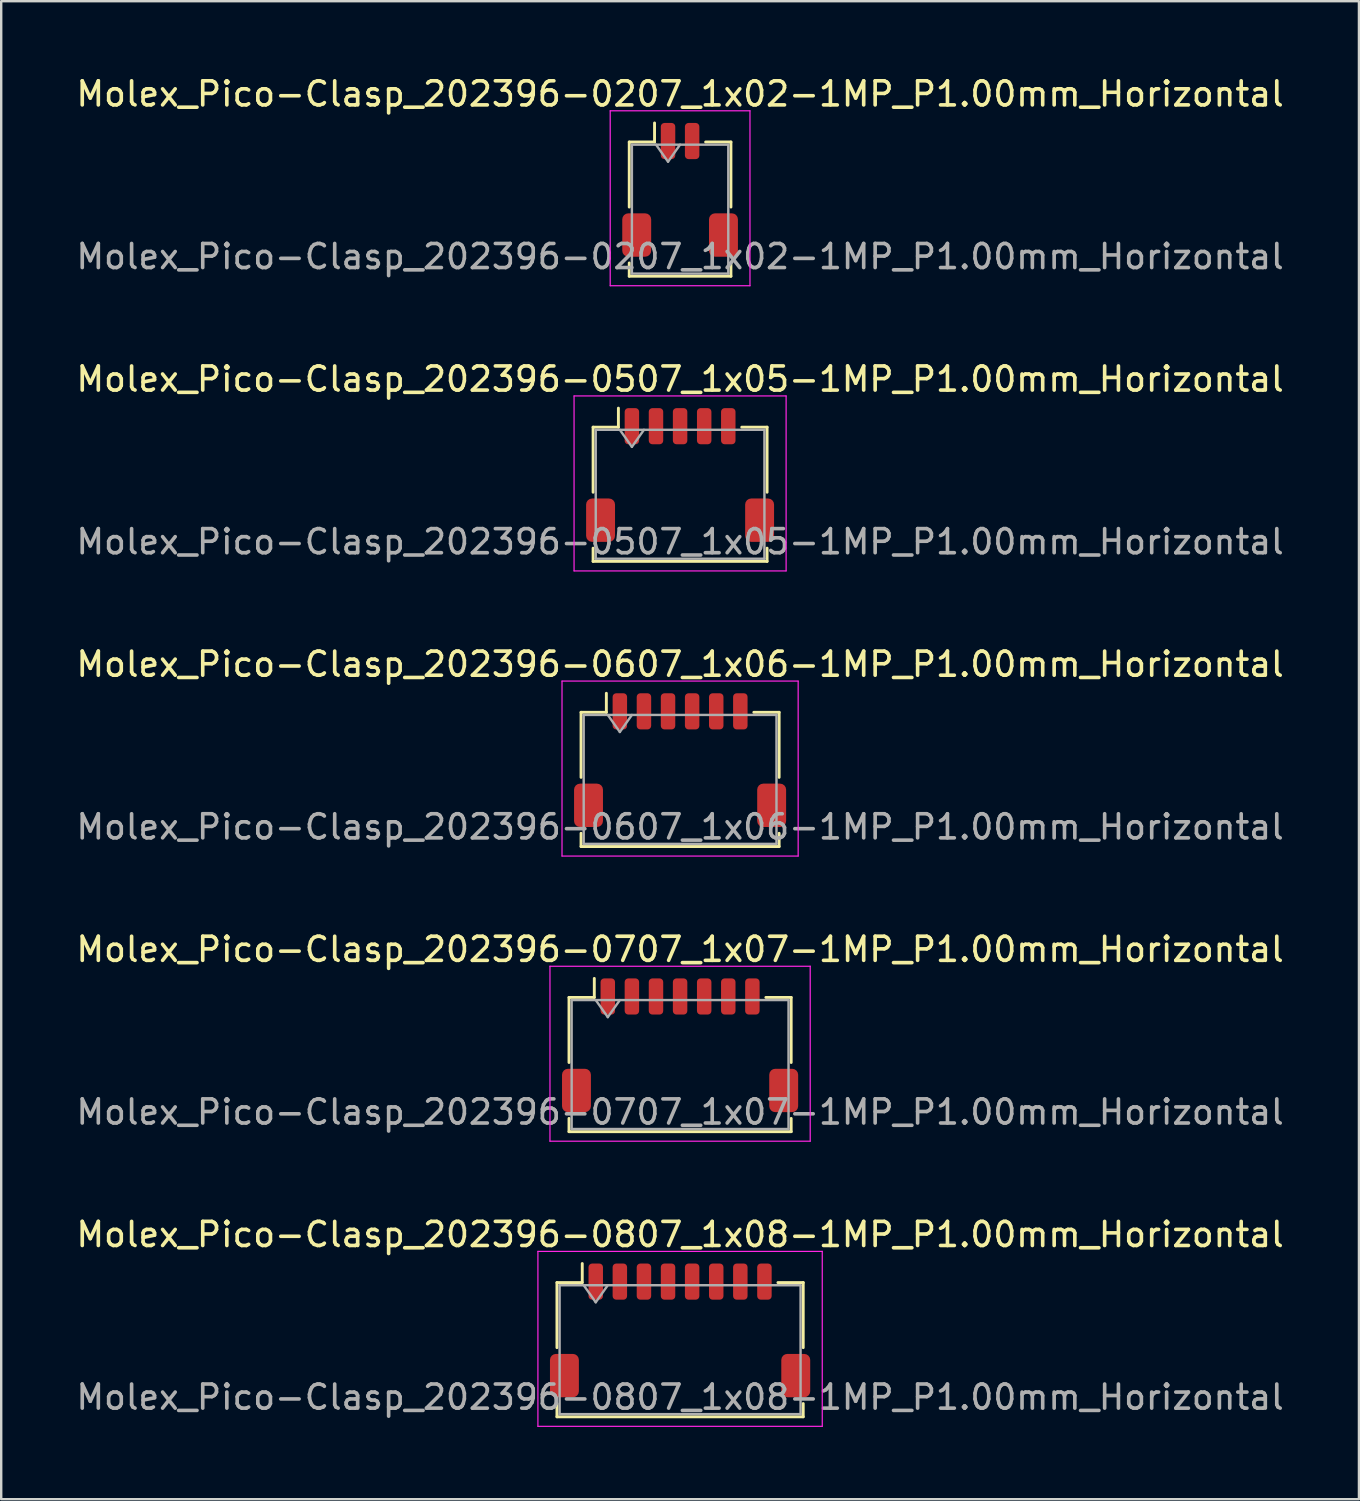
<source format=kicad_pcb>
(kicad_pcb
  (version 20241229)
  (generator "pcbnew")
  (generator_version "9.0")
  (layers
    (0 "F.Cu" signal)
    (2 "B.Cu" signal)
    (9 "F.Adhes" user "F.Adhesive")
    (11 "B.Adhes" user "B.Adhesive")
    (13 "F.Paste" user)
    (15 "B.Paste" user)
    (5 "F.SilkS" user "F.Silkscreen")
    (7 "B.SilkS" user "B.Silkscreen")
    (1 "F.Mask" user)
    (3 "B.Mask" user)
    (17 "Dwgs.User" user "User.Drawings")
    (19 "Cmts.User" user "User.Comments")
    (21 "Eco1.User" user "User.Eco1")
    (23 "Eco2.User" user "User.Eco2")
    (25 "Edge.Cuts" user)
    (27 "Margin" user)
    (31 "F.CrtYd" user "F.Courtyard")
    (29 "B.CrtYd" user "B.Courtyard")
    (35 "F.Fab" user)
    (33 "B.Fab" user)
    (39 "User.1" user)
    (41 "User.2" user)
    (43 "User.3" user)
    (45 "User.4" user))
  (footprint "Molex_Pico-Clasp_202396-0707_1x07-1MP_P1.00mm_Horizontal"
    (layer "F.Cu")
    (at 25.173 40.328)
    (property "Reference" "Molex_Pico-Clasp_202396-0707_1x07-1MP_P1.00mm_Horizontal" (at 0 -3.98 0) (layer "F.SilkS") (effects (font (size 1 1) (thickness 0.15))))
    (attr smd)
    (fp_line (start -4.61 -1.985) (end -3.56 -1.985) (stroke (width 0.12) (type solid)) (layer "F.SilkS"))
    (fp_line (start -4.61 0.715) (end -4.61 -1.985) (stroke (width 0.12) (type solid)) (layer "F.SilkS"))
    (fp_line (start -4.61 3.035) (end -4.61 3.585) (stroke (width 0.12) (type solid)) (layer "F.SilkS"))
    (fp_line (start -4.61 3.585) (end 4.61 3.585) (stroke (width 0.12) (type solid)) (layer "F.SilkS"))
    (fp_line (start -3.56 -1.985) (end -3.56 -2.775) (stroke (width 0.12) (type solid)) (layer "F.SilkS"))
    (fp_line (start 4.61 -1.985) (end 3.56 -1.985) (stroke (width 0.12) (type solid)) (layer "F.SilkS"))
    (fp_line (start 4.61 0.715) (end 4.61 -1.985) (stroke (width 0.12) (type solid)) (layer "F.SilkS"))
    (fp_line (start 4.61 3.585) (end 4.61 3.035) (stroke (width 0.12) (type solid)) (layer "F.SilkS"))
    (fp_line (start -5.4 -3.28) (end -5.4 3.98) (stroke (width 0.05) (type solid)) (layer "F.CrtYd"))
    (fp_line (start -5.4 3.98) (end 5.4 3.98) (stroke (width 0.05) (type solid)) (layer "F.CrtYd"))
    (fp_line (start 5.4 -3.28) (end -5.4 -3.28) (stroke (width 0.05) (type solid)) (layer "F.CrtYd"))
    (fp_line (start 5.4 3.98) (end 5.4 -3.28) (stroke (width 0.05) (type solid)) (layer "F.CrtYd"))
    (fp_line (start -4.5 -1.875) (end -4.5 3.475) (stroke (width 0.1) (type solid)) (layer "F.Fab"))
    (fp_line (start -4.5 -1.875) (end 4.5 -1.875) (stroke (width 0.1) (type solid)) (layer "F.Fab"))
    (fp_line (start -4.5 3.475) (end 4.5 3.475) (stroke (width 0.1) (type solid)) (layer "F.Fab"))
    (fp_line (start -3.5 -1.875) (end -3 -1.168) (stroke (width 0.1) (type solid)) (layer "F.Fab"))
    (fp_line (start -3 -1.168) (end -2.5 -1.875) (stroke (width 0.1) (type solid)) (layer "F.Fab"))
    (fp_line (start 4.5 -1.875) (end 4.5 3.475) (stroke (width 0.1) (type solid)) (layer "F.Fab"))
    (fp_text user "${REFERENCE}" (at 0 2.77 0) (layer "F.Fab") (effects (font (size 1 1) (thickness 0.15))))
    (pad "1" smd roundrect (at -3 -2.025) (size 0.6 1.5) (layers "F.Cu" "F.Mask" "F.Paste") (roundrect_rratio 0.25))
    (pad "2" smd roundrect (at -2 -2.025) (size 0.6 1.5) (layers "F.Cu" "F.Mask" "F.Paste") (roundrect_rratio 0.25))
    (pad "3" smd roundrect (at -1 -2.025) (size 0.6 1.5) (layers "F.Cu" "F.Mask" "F.Paste") (roundrect_rratio 0.25))
    (pad "4" smd roundrect (at 0 -2.025) (size 0.6 1.5) (layers "F.Cu" "F.Mask" "F.Paste") (roundrect_rratio 0.25))
    (pad "5" smd roundrect (at 1 -2.025) (size 0.6 1.5) (layers "F.Cu" "F.Mask" "F.Paste") (roundrect_rratio 0.25))
    (pad "6" smd roundrect (at 2 -2.025) (size 0.6 1.5) (layers "F.Cu" "F.Mask" "F.Paste") (roundrect_rratio 0.25))
    (pad "7" smd roundrect (at 3 -2.025) (size 0.6 1.5) (layers "F.Cu" "F.Mask" "F.Paste") (roundrect_rratio 0.25))
    (pad "MP" smd roundrect (at -4.3 1.875) (size 1.2 1.8) (layers "F.Cu" "F.Mask" "F.Paste") (roundrect_rratio 0.208))
    (pad "MP" smd roundrect (at 4.3 1.875) (size 1.2 1.8) (layers "F.Cu" "F.Mask" "F.Paste") (roundrect_rratio 0.208)))
  (footprint "Molex_Pico-Clasp_202396-0807_1x08-1MP_P1.00mm_Horizontal"
    (layer "F.Cu")
    (at 25.173 52.161)
    (property "Reference" "Molex_Pico-Clasp_202396-0807_1x08-1MP_P1.00mm_Horizontal" (at 0 -3.98 0) (layer "F.SilkS") (effects (font (size 1 1) (thickness 0.15))))
    (attr smd)
    (fp_line (start -5.11 -1.985) (end -4.06 -1.985) (stroke (width 0.12) (type solid)) (layer "F.SilkS"))
    (fp_line (start -5.11 0.715) (end -5.11 -1.985) (stroke (width 0.12) (type solid)) (layer "F.SilkS"))
    (fp_line (start -5.11 3.035) (end -5.11 3.585) (stroke (width 0.12) (type solid)) (layer "F.SilkS"))
    (fp_line (start -5.11 3.585) (end 5.11 3.585) (stroke (width 0.12) (type solid)) (layer "F.SilkS"))
    (fp_line (start -4.06 -1.985) (end -4.06 -2.775) (stroke (width 0.12) (type solid)) (layer "F.SilkS"))
    (fp_line (start 5.11 -1.985) (end 4.06 -1.985) (stroke (width 0.12) (type solid)) (layer "F.SilkS"))
    (fp_line (start 5.11 0.715) (end 5.11 -1.985) (stroke (width 0.12) (type solid)) (layer "F.SilkS"))
    (fp_line (start 5.11 3.585) (end 5.11 3.035) (stroke (width 0.12) (type solid)) (layer "F.SilkS"))
    (fp_line (start -5.9 -3.28) (end -5.9 3.98) (stroke (width 0.05) (type solid)) (layer "F.CrtYd"))
    (fp_line (start -5.9 3.98) (end 5.9 3.98) (stroke (width 0.05) (type solid)) (layer "F.CrtYd"))
    (fp_line (start 5.9 -3.28) (end -5.9 -3.28) (stroke (width 0.05) (type solid)) (layer "F.CrtYd"))
    (fp_line (start 5.9 3.98) (end 5.9 -3.28) (stroke (width 0.05) (type solid)) (layer "F.CrtYd"))
    (fp_line (start -5 -1.875) (end -5 3.475) (stroke (width 0.1) (type solid)) (layer "F.Fab"))
    (fp_line (start -5 -1.875) (end 5 -1.875) (stroke (width 0.1) (type solid)) (layer "F.Fab"))
    (fp_line (start -5 3.475) (end 5 3.475) (stroke (width 0.1) (type solid)) (layer "F.Fab"))
    (fp_line (start -4 -1.875) (end -3.5 -1.168) (stroke (width 0.1) (type solid)) (layer "F.Fab"))
    (fp_line (start -3.5 -1.168) (end -3 -1.875) (stroke (width 0.1) (type solid)) (layer "F.Fab"))
    (fp_line (start 5 -1.875) (end 5 3.475) (stroke (width 0.1) (type solid)) (layer "F.Fab"))
    (fp_text user "${REFERENCE}" (at 0 2.77 0) (layer "F.Fab") (effects (font (size 1 1) (thickness 0.15))))
    (pad "1" smd roundrect (at -3.5 -2.025) (size 0.6 1.5) (layers "F.Cu" "F.Mask" "F.Paste") (roundrect_rratio 0.25))
    (pad "2" smd roundrect (at -2.5 -2.025) (size 0.6 1.5) (layers "F.Cu" "F.Mask" "F.Paste") (roundrect_rratio 0.25))
    (pad "3" smd roundrect (at -1.5 -2.025) (size 0.6 1.5) (layers "F.Cu" "F.Mask" "F.Paste") (roundrect_rratio 0.25))
    (pad "4" smd roundrect (at -0.5 -2.025) (size 0.6 1.5) (layers "F.Cu" "F.Mask" "F.Paste") (roundrect_rratio 0.25))
    (pad "5" smd roundrect (at 0.5 -2.025) (size 0.6 1.5) (layers "F.Cu" "F.Mask" "F.Paste") (roundrect_rratio 0.25))
    (pad "6" smd roundrect (at 1.5 -2.025) (size 0.6 1.5) (layers "F.Cu" "F.Mask" "F.Paste") (roundrect_rratio 0.25))
    (pad "7" smd roundrect (at 2.5 -2.025) (size 0.6 1.5) (layers "F.Cu" "F.Mask" "F.Paste") (roundrect_rratio 0.25))
    (pad "8" smd roundrect (at 3.5 -2.025) (size 0.6 1.5) (layers "F.Cu" "F.Mask" "F.Paste") (roundrect_rratio 0.25))
    (pad "MP" smd roundrect (at -4.8 1.875) (size 1.2 1.8) (layers "F.Cu" "F.Mask" "F.Paste") (roundrect_rratio 0.208))
    (pad "MP" smd roundrect (at 4.8 1.875) (size 1.2 1.8) (layers "F.Cu" "F.Mask" "F.Paste") (roundrect_rratio 0.208)))
  (footprint "Molex_Pico-Clasp_202396-0507_1x05-1MP_P1.00mm_Horizontal"
    (layer "F.Cu")
    (at 25.173 16.662)
    (property "Reference" "Molex_Pico-Clasp_202396-0507_1x05-1MP_P1.00mm_Horizontal" (at 0 -3.98 0) (layer "F.SilkS") (effects (font (size 1 1) (thickness 0.15))))
    (attr smd)
    (fp_line (start -3.61 -1.985) (end -2.56 -1.985) (stroke (width 0.12) (type solid)) (layer "F.SilkS"))
    (fp_line (start -3.61 0.715) (end -3.61 -1.985) (stroke (width 0.12) (type solid)) (layer "F.SilkS"))
    (fp_line (start -3.61 3.035) (end -3.61 3.585) (stroke (width 0.12) (type solid)) (layer "F.SilkS"))
    (fp_line (start -3.61 3.585) (end 3.61 3.585) (stroke (width 0.12) (type solid)) (layer "F.SilkS"))
    (fp_line (start -2.56 -1.985) (end -2.56 -2.775) (stroke (width 0.12) (type solid)) (layer "F.SilkS"))
    (fp_line (start 3.61 -1.985) (end 2.56 -1.985) (stroke (width 0.12) (type solid)) (layer "F.SilkS"))
    (fp_line (start 3.61 0.715) (end 3.61 -1.985) (stroke (width 0.12) (type solid)) (layer "F.SilkS"))
    (fp_line (start 3.61 3.585) (end 3.61 3.035) (stroke (width 0.12) (type solid)) (layer "F.SilkS"))
    (fp_line (start -4.4 -3.28) (end -4.4 3.98) (stroke (width 0.05) (type solid)) (layer "F.CrtYd"))
    (fp_line (start -4.4 3.98) (end 4.4 3.98) (stroke (width 0.05) (type solid)) (layer "F.CrtYd"))
    (fp_line (start 4.4 -3.28) (end -4.4 -3.28) (stroke (width 0.05) (type solid)) (layer "F.CrtYd"))
    (fp_line (start 4.4 3.98) (end 4.4 -3.28) (stroke (width 0.05) (type solid)) (layer "F.CrtYd"))
    (fp_line (start -3.5 -1.875) (end -3.5 3.475) (stroke (width 0.1) (type solid)) (layer "F.Fab"))
    (fp_line (start -3.5 -1.875) (end 3.5 -1.875) (stroke (width 0.1) (type solid)) (layer "F.Fab"))
    (fp_line (start -3.5 3.475) (end 3.5 3.475) (stroke (width 0.1) (type solid)) (layer "F.Fab"))
    (fp_line (start -2.5 -1.875) (end -2 -1.168) (stroke (width 0.1) (type solid)) (layer "F.Fab"))
    (fp_line (start -2 -1.168) (end -1.5 -1.875) (stroke (width 0.1) (type solid)) (layer "F.Fab"))
    (fp_line (start 3.5 -1.875) (end 3.5 3.475) (stroke (width 0.1) (type solid)) (layer "F.Fab"))
    (fp_text user "${REFERENCE}" (at 0 2.77 0) (layer "F.Fab") (effects (font (size 1 1) (thickness 0.15))))
    (pad "1" smd roundrect (at -2 -2.025) (size 0.6 1.5) (layers "F.Cu" "F.Mask" "F.Paste") (roundrect_rratio 0.25))
    (pad "2" smd roundrect (at -1 -2.025) (size 0.6 1.5) (layers "F.Cu" "F.Mask" "F.Paste") (roundrect_rratio 0.25))
    (pad "3" smd roundrect (at 0 -2.025) (size 0.6 1.5) (layers "F.Cu" "F.Mask" "F.Paste") (roundrect_rratio 0.25))
    (pad "4" smd roundrect (at 1 -2.025) (size 0.6 1.5) (layers "F.Cu" "F.Mask" "F.Paste") (roundrect_rratio 0.25))
    (pad "5" smd roundrect (at 2 -2.025) (size 0.6 1.5) (layers "F.Cu" "F.Mask" "F.Paste") (roundrect_rratio 0.25))
    (pad "MP" smd roundrect (at -3.3 1.875) (size 1.2 1.8) (layers "F.Cu" "F.Mask" "F.Paste") (roundrect_rratio 0.208))
    (pad "MP" smd roundrect (at 3.3 1.875) (size 1.2 1.8) (layers "F.Cu" "F.Mask" "F.Paste") (roundrect_rratio 0.208)))
  (footprint "Molex_Pico-Clasp_202396-0207_1x02-1MP_P1.00mm_Horizontal"
    (layer "F.Cu")
    (at 25.173 4.828)
    (property "Reference" "Molex_Pico-Clasp_202396-0207_1x02-1MP_P1.00mm_Horizontal" (at 0 -3.98 0) (layer "F.SilkS") (effects (font (size 1 1) (thickness 0.15))))
    (attr smd)
    (fp_line (start -2.11 -1.985) (end -1.06 -1.985) (stroke (width 0.12) (type solid)) (layer "F.SilkS"))
    (fp_line (start -2.11 0.715) (end -2.11 -1.985) (stroke (width 0.12) (type solid)) (layer "F.SilkS"))
    (fp_line (start -2.11 3.035) (end -2.11 3.585) (stroke (width 0.12) (type solid)) (layer "F.SilkS"))
    (fp_line (start -2.11 3.585) (end 2.11 3.585) (stroke (width 0.12) (type solid)) (layer "F.SilkS"))
    (fp_line (start -1.06 -1.985) (end -1.06 -2.775) (stroke (width 0.12) (type solid)) (layer "F.SilkS"))
    (fp_line (start 2.11 -1.985) (end 1.06 -1.985) (stroke (width 0.12) (type solid)) (layer "F.SilkS"))
    (fp_line (start 2.11 0.715) (end 2.11 -1.985) (stroke (width 0.12) (type solid)) (layer "F.SilkS"))
    (fp_line (start 2.11 3.585) (end 2.11 3.035) (stroke (width 0.12) (type solid)) (layer "F.SilkS"))
    (fp_line (start -2.9 -3.28) (end -2.9 3.98) (stroke (width 0.05) (type solid)) (layer "F.CrtYd"))
    (fp_line (start -2.9 3.98) (end 2.9 3.98) (stroke (width 0.05) (type solid)) (layer "F.CrtYd"))
    (fp_line (start 2.9 -3.28) (end -2.9 -3.28) (stroke (width 0.05) (type solid)) (layer "F.CrtYd"))
    (fp_line (start 2.9 3.98) (end 2.9 -3.28) (stroke (width 0.05) (type solid)) (layer "F.CrtYd"))
    (fp_line (start -2 -1.875) (end -2 3.475) (stroke (width 0.1) (type solid)) (layer "F.Fab"))
    (fp_line (start -2 -1.875) (end 2 -1.875) (stroke (width 0.1) (type solid)) (layer "F.Fab"))
    (fp_line (start -2 3.475) (end 2 3.475) (stroke (width 0.1) (type solid)) (layer "F.Fab"))
    (fp_line (start -1 -1.875) (end -0.5 -1.168) (stroke (width 0.1) (type solid)) (layer "F.Fab"))
    (fp_line (start -0.5 -1.168) (end 0 -1.875) (stroke (width 0.1) (type solid)) (layer "F.Fab"))
    (fp_line (start 2 -1.875) (end 2 3.475) (stroke (width 0.1) (type solid)) (layer "F.Fab"))
    (fp_text user "${REFERENCE}" (at 0 2.77 0) (layer "F.Fab") (effects (font (size 1 1) (thickness 0.15))))
    (pad "1" smd roundrect (at -0.5 -2.025) (size 0.6 1.5) (layers "F.Cu" "F.Mask" "F.Paste") (roundrect_rratio 0.25))
    (pad "2" smd roundrect (at 0.5 -2.025) (size 0.6 1.5) (layers "F.Cu" "F.Mask" "F.Paste") (roundrect_rratio 0.25))
    (pad "MP" smd roundrect (at -1.8 1.875) (size 1.2 1.8) (layers "F.Cu" "F.Mask" "F.Paste") (roundrect_rratio 0.208))
    (pad "MP" smd roundrect (at 1.8 1.875) (size 1.2 1.8) (layers "F.Cu" "F.Mask" "F.Paste") (roundrect_rratio 0.208)))
  (footprint "Molex_Pico-Clasp_202396-0607_1x06-1MP_P1.00mm_Horizontal"
    (layer "F.Cu")
    (at 25.173 28.495)
    (property "Reference" "Molex_Pico-Clasp_202396-0607_1x06-1MP_P1.00mm_Horizontal" (at 0 -3.98 0) (layer "F.SilkS") (effects (font (size 1 1) (thickness 0.15))))
    (attr smd)
    (fp_line (start -4.11 -1.985) (end -3.06 -1.985) (stroke (width 0.12) (type solid)) (layer "F.SilkS"))
    (fp_line (start -4.11 0.715) (end -4.11 -1.985) (stroke (width 0.12) (type solid)) (layer "F.SilkS"))
    (fp_line (start -4.11 3.035) (end -4.11 3.585) (stroke (width 0.12) (type solid)) (layer "F.SilkS"))
    (fp_line (start -4.11 3.585) (end 4.11 3.585) (stroke (width 0.12) (type solid)) (layer "F.SilkS"))
    (fp_line (start -3.06 -1.985) (end -3.06 -2.775) (stroke (width 0.12) (type solid)) (layer "F.SilkS"))
    (fp_line (start 4.11 -1.985) (end 3.06 -1.985) (stroke (width 0.12) (type solid)) (layer "F.SilkS"))
    (fp_line (start 4.11 0.715) (end 4.11 -1.985) (stroke (width 0.12) (type solid)) (layer "F.SilkS"))
    (fp_line (start 4.11 3.585) (end 4.11 3.035) (stroke (width 0.12) (type solid)) (layer "F.SilkS"))
    (fp_line (start -4.9 -3.28) (end -4.9 3.98) (stroke (width 0.05) (type solid)) (layer "F.CrtYd"))
    (fp_line (start -4.9 3.98) (end 4.9 3.98) (stroke (width 0.05) (type solid)) (layer "F.CrtYd"))
    (fp_line (start 4.9 -3.28) (end -4.9 -3.28) (stroke (width 0.05) (type solid)) (layer "F.CrtYd"))
    (fp_line (start 4.9 3.98) (end 4.9 -3.28) (stroke (width 0.05) (type solid)) (layer "F.CrtYd"))
    (fp_line (start -4 -1.875) (end -4 3.475) (stroke (width 0.1) (type solid)) (layer "F.Fab"))
    (fp_line (start -4 -1.875) (end 4 -1.875) (stroke (width 0.1) (type solid)) (layer "F.Fab"))
    (fp_line (start -4 3.475) (end 4 3.475) (stroke (width 0.1) (type solid)) (layer "F.Fab"))
    (fp_line (start -3 -1.875) (end -2.5 -1.168) (stroke (width 0.1) (type solid)) (layer "F.Fab"))
    (fp_line (start -2.5 -1.168) (end -2 -1.875) (stroke (width 0.1) (type solid)) (layer "F.Fab"))
    (fp_line (start 4 -1.875) (end 4 3.475) (stroke (width 0.1) (type solid)) (layer "F.Fab"))
    (fp_text user "${REFERENCE}" (at 0 2.77 0) (layer "F.Fab") (effects (font (size 1 1) (thickness 0.15))))
    (pad "1" smd roundrect (at -2.5 -2.025) (size 0.6 1.5) (layers "F.Cu" "F.Mask" "F.Paste") (roundrect_rratio 0.25))
    (pad "2" smd roundrect (at -1.5 -2.025) (size 0.6 1.5) (layers "F.Cu" "F.Mask" "F.Paste") (roundrect_rratio 0.25))
    (pad "3" smd roundrect (at -0.5 -2.025) (size 0.6 1.5) (layers "F.Cu" "F.Mask" "F.Paste") (roundrect_rratio 0.25))
    (pad "4" smd roundrect (at 0.5 -2.025) (size 0.6 1.5) (layers "F.Cu" "F.Mask" "F.Paste") (roundrect_rratio 0.25))
    (pad "5" smd roundrect (at 1.5 -2.025) (size 0.6 1.5) (layers "F.Cu" "F.Mask" "F.Paste") (roundrect_rratio 0.25))
    (pad "6" smd roundrect (at 2.5 -2.025) (size 0.6 1.5) (layers "F.Cu" "F.Mask" "F.Paste") (roundrect_rratio 0.25))
    (pad "MP" smd roundrect (at -3.8 1.875) (size 1.2 1.8) (layers "F.Cu" "F.Mask" "F.Paste") (roundrect_rratio 0.208))
    (pad "MP" smd roundrect (at 3.8 1.875) (size 1.2 1.8) (layers "F.Cu" "F.Mask" "F.Paste") (roundrect_rratio 0.208)))
  (gr_rect
    (start -3 -3)
    (end 53.345 59.166)
    (stroke (width 0.1) (type default))
    (fill no)
    (layer "Edge.Cuts")))
</source>
